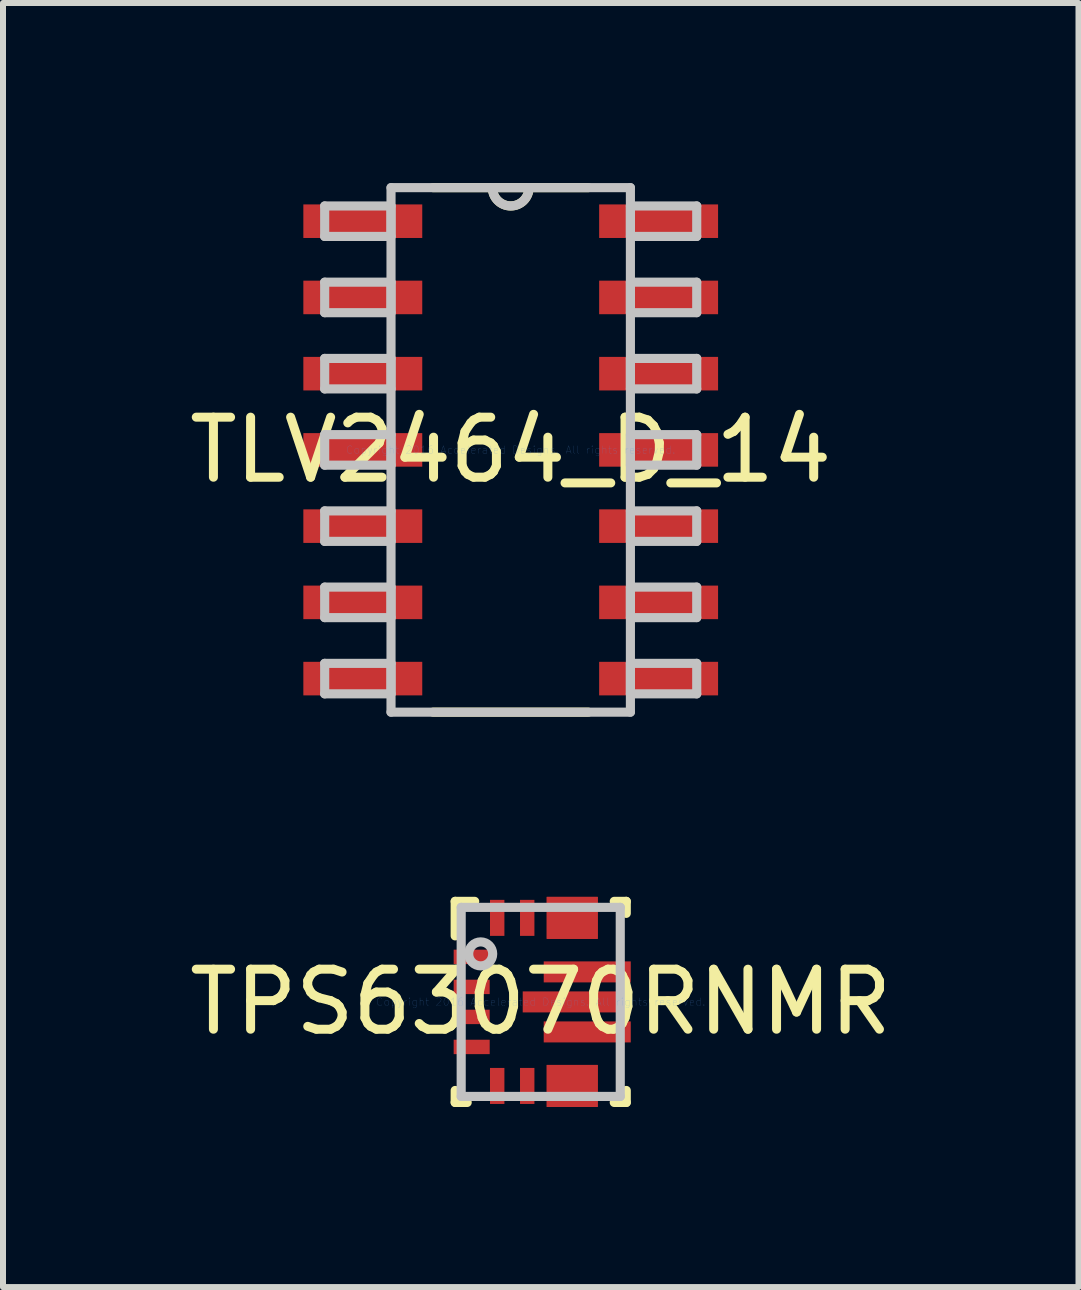
<source format=kicad_pcb>
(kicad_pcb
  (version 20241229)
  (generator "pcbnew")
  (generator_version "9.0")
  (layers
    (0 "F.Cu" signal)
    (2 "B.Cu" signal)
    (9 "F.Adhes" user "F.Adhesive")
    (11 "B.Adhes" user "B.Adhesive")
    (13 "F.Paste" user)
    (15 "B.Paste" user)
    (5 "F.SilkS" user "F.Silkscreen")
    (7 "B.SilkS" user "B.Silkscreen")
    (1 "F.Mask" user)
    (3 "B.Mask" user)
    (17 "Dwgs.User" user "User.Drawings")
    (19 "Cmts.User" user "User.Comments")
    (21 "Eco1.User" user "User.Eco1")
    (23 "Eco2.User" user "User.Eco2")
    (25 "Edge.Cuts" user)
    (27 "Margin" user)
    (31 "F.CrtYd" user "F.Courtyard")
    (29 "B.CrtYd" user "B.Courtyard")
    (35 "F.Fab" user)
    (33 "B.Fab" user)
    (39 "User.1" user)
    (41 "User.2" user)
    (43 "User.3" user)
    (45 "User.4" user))
  (footprint "TLV2464_D_14"
    (layer "F.Cu")
    (at 5.458 4.445)
    (property "Reference" "TLV2464_D_14" (at 0 0 0) (layer "F.SilkS") (effects (font (size 1 1) (thickness 0.15))))
    (attr through_hole)
    (fp_line (start -1.293 4.369) (end 1.293 4.369) (stroke (width 0.152) (type solid)) (layer "F.SilkS"))
    (fp_line (start 1.293 -4.369) (end -1.293 -4.369) (stroke (width 0.152) (type solid)) (layer "F.SilkS"))
    (fp_arc (start 0.3048 -4.3688) (mid 0 -4.064) (end -0.3048 -4.3688) (stroke (width 0.1524) (type solid)) (layer "F.SilkS"))
    (fp_line (start -3.099 -4.064) (end -3.099 -3.556) (stroke (width 0.152) (type solid)) (layer "Dwgs.User"))
    (fp_line (start -3.099 -3.556) (end -1.994 -3.556) (stroke (width 0.152) (type solid)) (layer "Dwgs.User"))
    (fp_line (start -3.099 -2.794) (end -3.099 -2.286) (stroke (width 0.152) (type solid)) (layer "Dwgs.User"))
    (fp_line (start -3.099 -2.286) (end -1.994 -2.286) (stroke (width 0.152) (type solid)) (layer "Dwgs.User"))
    (fp_line (start -3.099 -1.524) (end -3.099 -1.016) (stroke (width 0.152) (type solid)) (layer "Dwgs.User"))
    (fp_line (start -3.099 -1.016) (end -1.994 -1.016) (stroke (width 0.152) (type solid)) (layer "Dwgs.User"))
    (fp_line (start -3.099 -0.254) (end -3.099 0.254) (stroke (width 0.152) (type solid)) (layer "Dwgs.User"))
    (fp_line (start -3.099 0.254) (end -1.994 0.254) (stroke (width 0.152) (type solid)) (layer "Dwgs.User"))
    (fp_line (start -3.099 1.016) (end -3.099 1.524) (stroke (width 0.152) (type solid)) (layer "Dwgs.User"))
    (fp_line (start -3.099 1.524) (end -1.994 1.524) (stroke (width 0.152) (type solid)) (layer "Dwgs.User"))
    (fp_line (start -3.099 2.286) (end -3.099 2.794) (stroke (width 0.152) (type solid)) (layer "Dwgs.User"))
    (fp_line (start -3.099 2.794) (end -1.994 2.794) (stroke (width 0.152) (type solid)) (layer "Dwgs.User"))
    (fp_line (start -3.099 3.556) (end -3.099 4.064) (stroke (width 0.152) (type solid)) (layer "Dwgs.User"))
    (fp_line (start -3.099 4.064) (end -1.994 4.064) (stroke (width 0.152) (type solid)) (layer "Dwgs.User"))
    (fp_line (start -1.994 -4.369) (end -1.994 4.369) (stroke (width 0.152) (type solid)) (layer "Dwgs.User"))
    (fp_line (start -1.994 -4.064) (end -3.099 -4.064) (stroke (width 0.152) (type solid)) (layer "Dwgs.User"))
    (fp_line (start -1.994 -3.556) (end -1.994 -4.064) (stroke (width 0.152) (type solid)) (layer "Dwgs.User"))
    (fp_line (start -1.994 -2.794) (end -3.099 -2.794) (stroke (width 0.152) (type solid)) (layer "Dwgs.User"))
    (fp_line (start -1.994 -2.286) (end -1.994 -2.794) (stroke (width 0.152) (type solid)) (layer "Dwgs.User"))
    (fp_line (start -1.994 -1.524) (end -3.099 -1.524) (stroke (width 0.152) (type solid)) (layer "Dwgs.User"))
    (fp_line (start -1.994 -1.016) (end -1.994 -1.524) (stroke (width 0.152) (type solid)) (layer "Dwgs.User"))
    (fp_line (start -1.994 -0.254) (end -3.099 -0.254) (stroke (width 0.152) (type solid)) (layer "Dwgs.User"))
    (fp_line (start -1.994 0.254) (end -1.994 -0.254) (stroke (width 0.152) (type solid)) (layer "Dwgs.User"))
    (fp_line (start -1.994 1.016) (end -3.099 1.016) (stroke (width 0.152) (type solid)) (layer "Dwgs.User"))
    (fp_line (start -1.994 1.524) (end -1.994 1.016) (stroke (width 0.152) (type solid)) (layer "Dwgs.User"))
    (fp_line (start -1.994 2.286) (end -3.099 2.286) (stroke (width 0.152) (type solid)) (layer "Dwgs.User"))
    (fp_line (start -1.994 2.794) (end -1.994 2.286) (stroke (width 0.152) (type solid)) (layer "Dwgs.User"))
    (fp_line (start -1.994 3.556) (end -3.099 3.556) (stroke (width 0.152) (type solid)) (layer "Dwgs.User"))
    (fp_line (start -1.994 4.064) (end -1.994 3.556) (stroke (width 0.152) (type solid)) (layer "Dwgs.User"))
    (fp_line (start -1.994 4.369) (end 1.994 4.369) (stroke (width 0.152) (type solid)) (layer "Dwgs.User"))
    (fp_line (start 1.994 -4.369) (end -1.994 -4.369) (stroke (width 0.152) (type solid)) (layer "Dwgs.User"))
    (fp_line (start 1.994 -4.064) (end 1.994 -3.556) (stroke (width 0.152) (type solid)) (layer "Dwgs.User"))
    (fp_line (start 1.994 -3.556) (end 3.099 -3.556) (stroke (width 0.152) (type solid)) (layer "Dwgs.User"))
    (fp_line (start 1.994 -2.794) (end 1.994 -2.286) (stroke (width 0.152) (type solid)) (layer "Dwgs.User"))
    (fp_line (start 1.994 -2.286) (end 3.099 -2.286) (stroke (width 0.152) (type solid)) (layer "Dwgs.User"))
    (fp_line (start 1.994 -1.524) (end 1.994 -1.016) (stroke (width 0.152) (type solid)) (layer "Dwgs.User"))
    (fp_line (start 1.994 -1.016) (end 3.099 -1.016) (stroke (width 0.152) (type solid)) (layer "Dwgs.User"))
    (fp_line (start 1.994 -0.254) (end 1.994 0.254) (stroke (width 0.152) (type solid)) (layer "Dwgs.User"))
    (fp_line (start 1.994 0.254) (end 3.099 0.254) (stroke (width 0.152) (type solid)) (layer "Dwgs.User"))
    (fp_line (start 1.994 1.016) (end 1.994 1.524) (stroke (width 0.152) (type solid)) (layer "Dwgs.User"))
    (fp_line (start 1.994 1.524) (end 3.099 1.524) (stroke (width 0.152) (type solid)) (layer "Dwgs.User"))
    (fp_line (start 1.994 2.286) (end 1.994 2.794) (stroke (width 0.152) (type solid)) (layer "Dwgs.User"))
    (fp_line (start 1.994 2.794) (end 3.099 2.794) (stroke (width 0.152) (type solid)) (layer "Dwgs.User"))
    (fp_line (start 1.994 3.556) (end 1.994 4.064) (stroke (width 0.152) (type solid)) (layer "Dwgs.User"))
    (fp_line (start 1.994 4.064) (end 3.099 4.064) (stroke (width 0.152) (type solid)) (layer "Dwgs.User"))
    (fp_line (start 1.994 4.369) (end 1.994 -4.369) (stroke (width 0.152) (type solid)) (layer "Dwgs.User"))
    (fp_line (start 3.099 -4.064) (end 1.994 -4.064) (stroke (width 0.152) (type solid)) (layer "Dwgs.User"))
    (fp_line (start 3.099 -3.556) (end 3.099 -4.064) (stroke (width 0.152) (type solid)) (layer "Dwgs.User"))
    (fp_line (start 3.099 -2.794) (end 1.994 -2.794) (stroke (width 0.152) (type solid)) (layer "Dwgs.User"))
    (fp_line (start 3.099 -2.286) (end 3.099 -2.794) (stroke (width 0.152) (type solid)) (layer "Dwgs.User"))
    (fp_line (start 3.099 -1.524) (end 1.994 -1.524) (stroke (width 0.152) (type solid)) (layer "Dwgs.User"))
    (fp_line (start 3.099 -1.016) (end 3.099 -1.524) (stroke (width 0.152) (type solid)) (layer "Dwgs.User"))
    (fp_line (start 3.099 -0.254) (end 1.994 -0.254) (stroke (width 0.152) (type solid)) (layer "Dwgs.User"))
    (fp_line (start 3.099 0.254) (end 3.099 -0.254) (stroke (width 0.152) (type solid)) (layer "Dwgs.User"))
    (fp_line (start 3.099 1.016) (end 1.994 1.016) (stroke (width 0.152) (type solid)) (layer "Dwgs.User"))
    (fp_line (start 3.099 1.524) (end 3.099 1.016) (stroke (width 0.152) (type solid)) (layer "Dwgs.User"))
    (fp_line (start 3.099 2.286) (end 1.994 2.286) (stroke (width 0.152) (type solid)) (layer "Dwgs.User"))
    (fp_line (start 3.099 2.794) (end 3.099 2.286) (stroke (width 0.152) (type solid)) (layer "Dwgs.User"))
    (fp_line (start 3.099 3.556) (end 1.994 3.556) (stroke (width 0.152) (type solid)) (layer "Dwgs.User"))
    (fp_line (start 3.099 4.064) (end 3.099 3.556) (stroke (width 0.152) (type solid)) (layer "Dwgs.User"))
    (fp_arc (start 0.3048 -4.3688) (mid 0 -4.064) (end -0.3048 -4.3688) (stroke (width 0.1524) (type solid)) (layer "Dwgs.User"))
    (fp_text user "Copyright 2016 Accelerated Designs. All rights reserved." (at 0 0 0) (layer "Cmts.User") (effects (font (size 0.127 0.127) (thickness 0.002))))
    (pad "1" smd rect (at -2.464 -3.81) (size 1.981 0.559) (layers "F.Cu" "F.Mask" "F.Paste"))
    (pad "2" smd rect (at -2.464 -2.54) (size 1.981 0.559) (layers "F.Cu" "F.Mask" "F.Paste"))
    (pad "3" smd rect (at -2.464 -1.27) (size 1.981 0.559) (layers "F.Cu" "F.Mask" "F.Paste"))
    (pad "4" smd rect (at -2.464 0) (size 1.981 0.559) (layers "F.Cu" "F.Mask" "F.Paste"))
    (pad "5" smd rect (at -2.464 1.27) (size 1.981 0.559) (layers "F.Cu" "F.Mask" "F.Paste"))
    (pad "6" smd rect (at -2.464 2.54) (size 1.981 0.559) (layers "F.Cu" "F.Mask" "F.Paste"))
    (pad "7" smd rect (at -2.464 3.81) (size 1.981 0.559) (layers "F.Cu" "F.Mask" "F.Paste"))
    (pad "8" smd rect (at 2.464 3.81) (size 1.981 0.559) (layers "F.Cu" "F.Mask" "F.Paste"))
    (pad "9" smd rect (at 2.464 2.54) (size 1.981 0.559) (layers "F.Cu" "F.Mask" "F.Paste"))
    (pad "10" smd rect (at 2.464 1.27) (size 1.981 0.559) (layers "F.Cu" "F.Mask" "F.Paste"))
    (pad "11" smd rect (at 2.464 0) (size 1.981 0.559) (layers "F.Cu" "F.Mask" "F.Paste"))
    (pad "12" smd rect (at 2.464 -1.27) (size 1.981 0.559) (layers "F.Cu" "F.Mask" "F.Paste"))
    (pad "13" smd rect (at 2.464 -2.54) (size 1.981 0.559) (layers "F.Cu" "F.Mask" "F.Paste"))
    (pad "14" smd rect (at 2.464 -3.81) (size 1.981 0.559) (layers "F.Cu" "F.Mask" "F.Paste")))
  (footprint "TPS63070RNMR"
    (layer "F.Cu")
    (at 5.958 13.641)
    (property "Reference" "TPS63070RNMR" (at 0 0 0) (layer "F.SilkS") (effects (font (size 1 1) (thickness 0.15))))
    (attr through_hole)
    (fp_line (start -1.425 -1.675) (end -1.1 -1.675) (stroke (width 0.152) (type solid)) (layer "F.SilkS"))
    (fp_line (start -1.425 -1.1) (end -1.425 -1.675) (stroke (width 0.152) (type solid)) (layer "F.SilkS"))
    (fp_line (start -1.425 1.675) (end -1.425 1.475) (stroke (width 0.152) (type solid)) (layer "F.SilkS"))
    (fp_line (start -1.425 1.675) (end -1.225 1.675) (stroke (width 0.152) (type solid)) (layer "F.SilkS"))
    (fp_line (start 1.225 -1.675) (end 1.425 -1.675) (stroke (width 0.152) (type solid)) (layer "F.SilkS"))
    (fp_line (start 1.225 1.675) (end 1.425 1.675) (stroke (width 0.152) (type solid)) (layer "F.SilkS"))
    (fp_line (start 1.425 -1.475) (end 1.425 -1.675) (stroke (width 0.152) (type solid)) (layer "F.SilkS"))
    (fp_line (start 1.425 1.675) (end 1.425 1.475) (stroke (width 0.152) (type solid)) (layer "F.SilkS"))
    (fp_line (start -1.325 -1.575) (end 1.325 -1.575) (stroke (width 0.152) (type solid)) (layer "Dwgs.User"))
    (fp_line (start -1.325 1.575) (end -1.325 -1.575) (stroke (width 0.152) (type solid)) (layer "Dwgs.User"))
    (fp_line (start -1.325 1.575) (end 1.325 1.575) (stroke (width 0.152) (type solid)) (layer "Dwgs.User"))
    (fp_line (start 1.325 1.575) (end 1.325 -1.575) (stroke (width 0.152) (type solid)) (layer "Dwgs.User"))
    (fp_circle (center -1 -0.8) (end -0.8 -0.8) (stroke (width 0.152) (type solid)) (fill no) (layer "Dwgs.User"))
    (fp_text user "Copyright 2016 Accelerated Designs. All rights reserved." (at 0 0 0) (layer "Cmts.User") (effects (font (size 0.127 0.127) (thickness 0.002))))
    (pad "1" smd rect (at -1.15 -0.75 90) (size 0.24 0.6) (layers "F.Cu" "F.Mask" "F.Paste"))
    (pad "2" smd rect (at -1.15 -0.25 90) (size 0.24 0.6) (layers "F.Cu" "F.Mask" "F.Paste"))
    (pad "3" smd rect (at -1.15 0.25 90) (size 0.24 0.6) (layers "F.Cu" "F.Mask" "F.Paste"))
    (pad "4" smd rect (at -1.15 0.75 90) (size 0.24 0.6) (layers "F.Cu" "F.Mask" "F.Paste"))
    (pad "5" smd rect (at -0.725 1.4) (size 0.24 0.6) (layers "F.Cu" "F.Mask" "F.Paste"))
    (pad "6" smd rect (at -0.225 1.4) (size 0.24 0.6) (layers "F.Cu" "F.Mask" "F.Paste"))
    (pad "7" smd rect (at 0.525 1.4 90) (size 0.7 0.85) (layers "F.Cu" "F.Mask" "F.Paste"))
    (pad "8" smd rect (at 0.525 1.4 90) (size 0.7 0.85) (layers "F.Cu" "F.Mask" "F.Paste"))
    (pad "9" smd rect (at 0.775 0.5 90) (size 0.35 1.45) (layers "F.Cu" "F.Mask" "F.Paste"))
    (pad "10" smd rect (at 0.6 0 90) (size 0.35 1.8) (layers "F.Cu" "F.Mask" "F.Paste"))
    (pad "11" smd rect (at 0.775 -0.5 90) (size 0.35 1.45) (layers "F.Cu" "F.Mask" "F.Paste"))
    (pad "12" smd rect (at 0.525 -1.4 90) (size 0.7 0.85) (layers "F.Cu" "F.Mask" "F.Paste"))
    (pad "13" smd rect (at 0.525 -1.4 90) (size 0.7 0.85) (layers "F.Cu" "F.Mask" "F.Paste"))
    (pad "14" smd rect (at -0.225 -1.4) (size 0.24 0.6) (layers "F.Cu" "F.Mask" "F.Paste"))
    (pad "15" smd rect (at -0.725 -1.4) (size 0.24 0.6) (layers "F.Cu" "F.Mask" "F.Paste")))
  (gr_rect
    (start -3 -3)
    (end 14.917 18.392)
    (stroke (width 0.1) (type default))
    (fill no)
    (layer "Edge.Cuts")))
</source>
